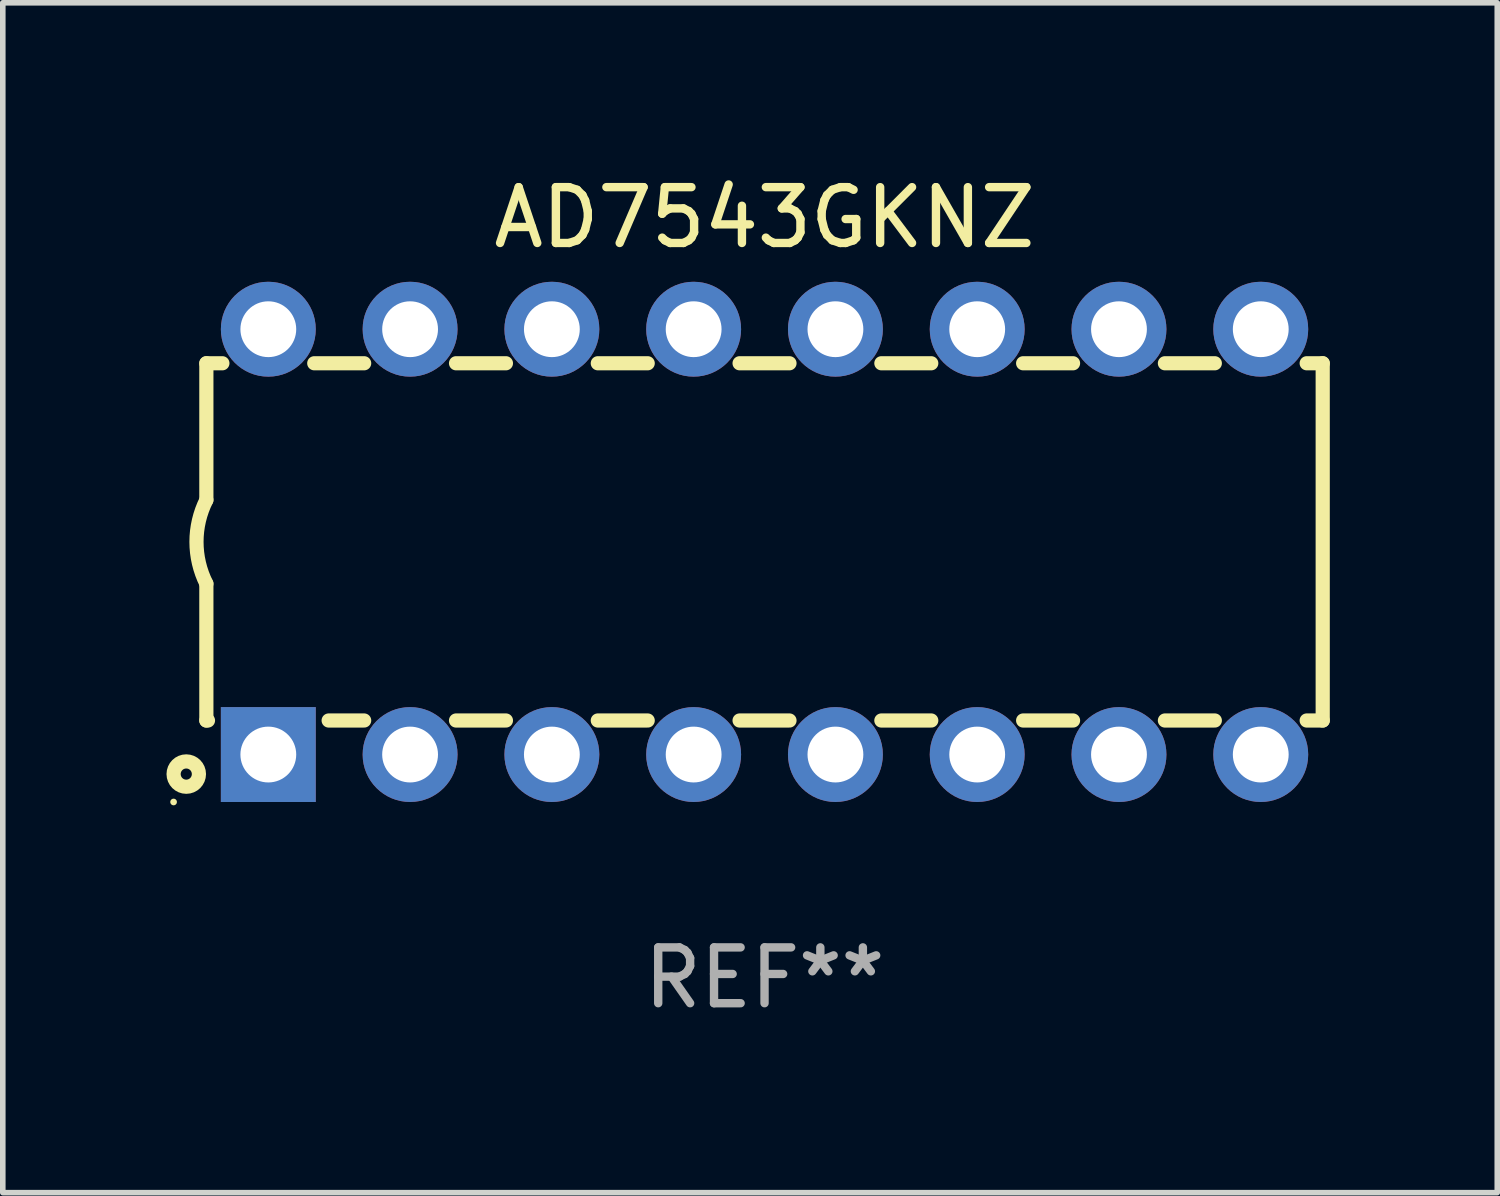
<source format=kicad_pcb>
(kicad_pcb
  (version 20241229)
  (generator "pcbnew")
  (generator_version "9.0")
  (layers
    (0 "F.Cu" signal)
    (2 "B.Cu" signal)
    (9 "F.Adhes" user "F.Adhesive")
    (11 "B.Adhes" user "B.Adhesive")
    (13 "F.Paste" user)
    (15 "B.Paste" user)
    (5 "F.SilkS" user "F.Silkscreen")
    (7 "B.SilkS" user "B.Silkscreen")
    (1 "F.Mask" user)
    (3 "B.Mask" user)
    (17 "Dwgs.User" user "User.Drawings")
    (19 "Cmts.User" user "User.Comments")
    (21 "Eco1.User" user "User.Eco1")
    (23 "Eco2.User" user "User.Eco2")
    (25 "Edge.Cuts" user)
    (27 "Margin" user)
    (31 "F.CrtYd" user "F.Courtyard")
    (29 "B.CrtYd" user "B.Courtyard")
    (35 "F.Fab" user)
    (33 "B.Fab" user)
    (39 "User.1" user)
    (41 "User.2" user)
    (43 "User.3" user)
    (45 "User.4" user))
  (footprint "AD7543GKNZ"
    (layer "F.Cu")
    (at 10.647 6.658)
    (property "Reference" "AD7543GKNZ" (at 0 -5.81 0) (layer "F.SilkS") (effects (font (size 1 1) (thickness 0.15))))
    (attr through_hole)
    (fp_line (start -10 -3.2) (end -10 -0.75) (stroke (width 0.254) (type solid)) (layer "F.SilkS"))
    (fp_line (start -10 -3.2) (end -9.713 -3.2) (stroke (width 0.254) (type solid)) (layer "F.SilkS"))
    (fp_line (start -10 3.2) (end -10 0.75) (stroke (width 0.254) (type solid)) (layer "F.SilkS"))
    (fp_line (start -10 3.2) (end -9.971 3.2) (stroke (width 0.254) (type solid)) (layer "F.SilkS"))
    (fp_line (start -8.067 -3.2) (end -7.173 -3.2) (stroke (width 0.254) (type solid)) (layer "F.SilkS"))
    (fp_line (start -7.809 3.2) (end -7.173 3.2) (stroke (width 0.254) (type solid)) (layer "F.SilkS"))
    (fp_line (start -5.527 3.2) (end -4.633 3.2) (stroke (width 0.254) (type solid)) (layer "F.SilkS"))
    (fp_line (start -5.527 -3.2) (end -4.633 -3.2) (stroke (width 0.254) (type solid)) (layer "F.SilkS"))
    (fp_line (start -2.987 3.2) (end -2.093 3.2) (stroke (width 0.254) (type solid)) (layer "F.SilkS"))
    (fp_line (start -2.987 -3.2) (end -2.093 -3.2) (stroke (width 0.254) (type solid)) (layer "F.SilkS"))
    (fp_line (start -0.447 3.2) (end 0.447 3.2) (stroke (width 0.254) (type solid)) (layer "F.SilkS"))
    (fp_line (start -0.447 -3.2) (end 0.447 -3.2) (stroke (width 0.254) (type solid)) (layer "F.SilkS"))
    (fp_line (start 2.093 3.2) (end 2.987 3.2) (stroke (width 0.254) (type solid)) (layer "F.SilkS"))
    (fp_line (start 2.093 -3.2) (end 2.987 -3.2) (stroke (width 0.254) (type solid)) (layer "F.SilkS"))
    (fp_line (start 4.633 3.2) (end 5.527 3.2) (stroke (width 0.254) (type solid)) (layer "F.SilkS"))
    (fp_line (start 4.633 -3.2) (end 5.527 -3.2) (stroke (width 0.254) (type solid)) (layer "F.SilkS"))
    (fp_line (start 7.173 3.2) (end 8.067 3.2) (stroke (width 0.254) (type solid)) (layer "F.SilkS"))
    (fp_line (start 7.173 -3.2) (end 8.067 -3.2) (stroke (width 0.254) (type solid)) (layer "F.SilkS"))
    (fp_line (start 9.713 3.2) (end 10 3.2) (stroke (width 0.254) (type solid)) (layer "F.SilkS"))
    (fp_line (start 9.713 -3.2) (end 10 -3.2) (stroke (width 0.254) (type solid)) (layer "F.SilkS"))
    (fp_line (start 10 -3.2) (end 10 3.2) (stroke (width 0.254) (type solid)) (layer "F.SilkS"))
    (fp_arc (start -10 0.748793) (mid -10.176918 -0.000607) (end -10.000025 -0.750013) (stroke (width 0.254001) (type solid)) (layer "F.SilkS"))
    (fp_circle (center -10.587 4.66) (end -10.557 4.66) (stroke (width 0.06) (type solid)) (fill no) (layer "F.SilkS"))
    (fp_circle (center -10.36 4.16) (end -10.26 4.16) (stroke (width 0.254) (type solid)) (fill no) (layer "F.SilkS"))
    (fp_text user "REF**" (at 0 7.81 0) (layer "F.Fab") (effects (font (size 1 1) (thickness 0.15))))
    (pad "1" thru_hole rect (at -8.89 3.81 90) (size 1.7 1.7) (drill 1) (layers "*.Cu" "*.Mask"))
    (pad "2" thru_hole circle (at -6.35 3.81) (size 1.7 1.7) (drill 1) (layers "*.Cu" "*.Mask"))
    (pad "3" thru_hole circle (at -3.81 3.81) (size 1.7 1.7) (drill 1) (layers "*.Cu" "*.Mask"))
    (pad "4" thru_hole circle (at -1.27 3.81) (size 1.7 1.7) (drill 1) (layers "*.Cu" "*.Mask"))
    (pad "5" thru_hole circle (at 1.27 3.81) (size 1.7 1.7) (drill 1) (layers "*.Cu" "*.Mask"))
    (pad "6" thru_hole circle (at 3.81 3.81) (size 1.7 1.7) (drill 1) (layers "*.Cu" "*.Mask"))
    (pad "7" thru_hole circle (at 6.35 3.81) (size 1.7 1.7) (drill 1) (layers "*.Cu" "*.Mask"))
    (pad "8" thru_hole circle (at 8.89 3.81) (size 1.7 1.7) (drill 1) (layers "*.Cu" "*.Mask"))
    (pad "9" thru_hole circle (at 8.89 -3.81) (size 1.7 1.7) (drill 1) (layers "*.Cu" "*.Mask"))
    (pad "10" thru_hole circle (at 6.35 -3.81) (size 1.7 1.7) (drill 1) (layers "*.Cu" "*.Mask"))
    (pad "11" thru_hole circle (at 3.81 -3.81) (size 1.7 1.7) (drill 1) (layers "*.Cu" "*.Mask"))
    (pad "12" thru_hole circle (at 1.27 -3.81) (size 1.7 1.7) (drill 1) (layers "*.Cu" "*.Mask"))
    (pad "13" thru_hole circle (at -1.27 -3.81) (size 1.7 1.7) (drill 1) (layers "*.Cu" "*.Mask"))
    (pad "14" thru_hole circle (at -3.81 -3.81) (size 1.7 1.7) (drill 1) (layers "*.Cu" "*.Mask"))
    (pad "15" thru_hole circle (at -6.35 -3.81) (size 1.7 1.7) (drill 1) (layers "*.Cu" "*.Mask"))
    (pad "16" thru_hole circle (at -8.89 -3.81) (size 1.7 1.7) (drill 1) (layers "*.Cu" "*.Mask")))
  (gr_rect
    (start -3 -3)
    (end 23.774 18.317)
    (stroke (width 0.1) (type default))
    (fill no)
    (layer "Edge.Cuts")))
</source>
